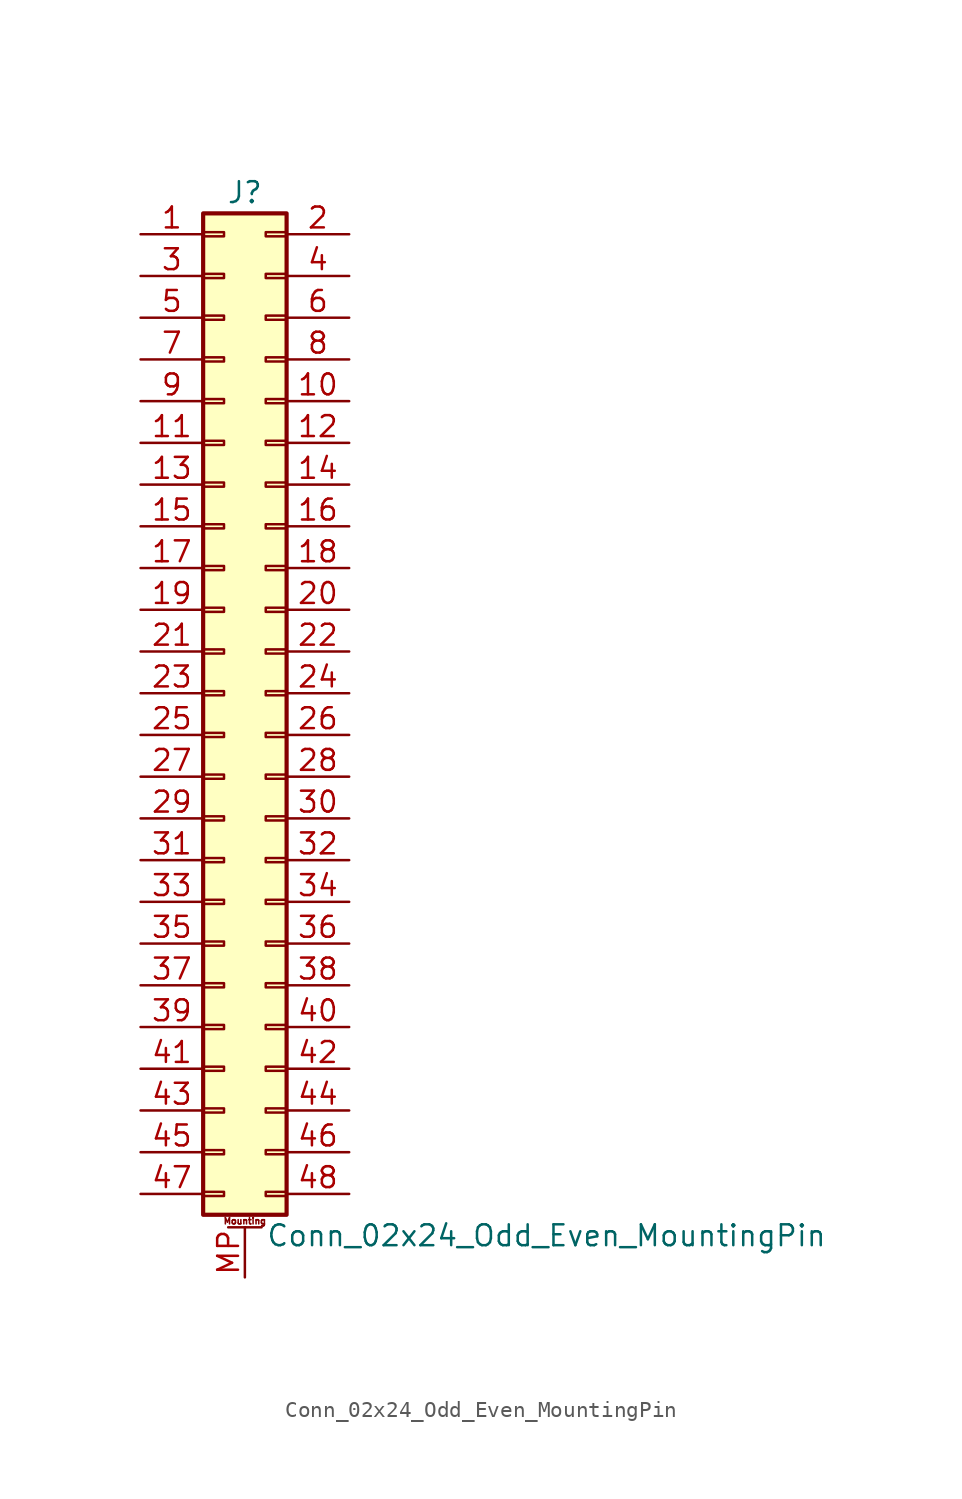
<source format=kicad_sym>
(kicad_symbol_lib
  (version 20201005)
  (generator kicad_symbol_editor)
  (symbol "Connector_Generic_MountingPin:Conn_02x24_Odd_Even_MountingPin"
    (pin_names
      (offset 1.016) hide)
    (property "Reference" "J"
      (at 1.27 30.48 0)
      (effects (font (size 1.27 1.27))))
    (property "Value" "Conn_02x24_Odd_Even_MountingPin"
      (at 2.54 -33.02 0)
      (effects (font (size 1.27 1.27)) (justify left)))
    (symbol "Conn_02x24_Odd_Even_MountingPin_1_1"
      (text "Mounting" (at 1.27 -32.131 0) (effects (font (size 0.381 0.381))))
      (rectangle (start -1.27 -27.813) (end 0 -28.067) (stroke (width 0.152)) (fill (type none)))
      (rectangle (start -1.27 -30.353) (end 0 -30.607) (stroke (width 0.152)) (fill (type none)))
      (rectangle (start -1.27 -4.953) (end 0 -5.207) (stroke (width 0.152)) (fill (type none)))
      (rectangle (start -1.27 -7.493) (end 0 -7.747) (stroke (width 0.152)) (fill (type none)))
      (rectangle (start -1.27 -10.033) (end 0 -10.287) (stroke (width 0.152)) (fill (type none)))
      (rectangle (start -1.27 -12.573) (end 0 -12.827) (stroke (width 0.152)) (fill (type none)))
      (rectangle (start -1.27 -15.113) (end 0 -15.367) (stroke (width 0.152)) (fill (type none)))
      (rectangle (start -1.27 -17.653) (end 0 -17.907) (stroke (width 0.152)) (fill (type none)))
      (rectangle (start -1.27 -20.193) (end 0 -20.447) (stroke (width 0.152)) (fill (type none)))
      (rectangle (start -1.27 -22.733) (end 0 -22.987) (stroke (width 0.152)) (fill (type none)))
      (rectangle (start -1.27 -2.413) (end 0 -2.667) (stroke (width 0.152)) (fill (type none)))
      (rectangle (start -1.27 -25.273) (end 0 -25.527) (stroke (width 0.152)) (fill (type none)))
      (rectangle (start -1.27 25.527) (end 0 25.273) (stroke (width 0.152)) (fill (type none)))
      (rectangle (start -1.27 2.667) (end 0 2.413) (stroke (width 0.152)) (fill (type none)))
      (rectangle (start -1.27 28.067) (end 0 27.813) (stroke (width 0.152)) (fill (type none)))
      (rectangle (start -1.27 29.21) (end 3.81 -31.75) (stroke (width 0.254)) (fill (type background)))
      (rectangle (start -1.27 5.207) (end 0 4.953) (stroke (width 0.152)) (fill (type none)))
      (rectangle (start -1.27 7.747) (end 0 7.493) (stroke (width 0.152)) (fill (type none)))
      (rectangle (start -1.27 10.287) (end 0 10.033) (stroke (width 0.152)) (fill (type none)))
      (rectangle (start -1.27 0.127) (end 0 -0.127) (stroke (width 0.152)) (fill (type none)))
      (rectangle (start -1.27 12.827) (end 0 12.573) (stroke (width 0.152)) (fill (type none)))
      (rectangle (start -1.27 15.367) (end 0 15.113) (stroke (width 0.152)) (fill (type none)))
      (rectangle (start -1.27 17.907) (end 0 17.653) (stroke (width 0.152)) (fill (type none)))
      (rectangle (start -1.27 20.447) (end 0 20.193) (stroke (width 0.152)) (fill (type none)))
      (rectangle (start -1.27 22.987) (end 0 22.733) (stroke (width 0.152)) (fill (type none)))
      (rectangle (start 3.81 -27.813) (end 2.54 -28.067) (stroke (width 0.152)) (fill (type none)))
      (rectangle (start 3.81 -30.353) (end 2.54 -30.607) (stroke (width 0.152)) (fill (type none)))
      (rectangle (start 3.81 -4.953) (end 2.54 -5.207) (stroke (width 0.152)) (fill (type none)))
      (rectangle (start 3.81 -7.493) (end 2.54 -7.747) (stroke (width 0.152)) (fill (type none)))
      (rectangle (start 3.81 -10.033) (end 2.54 -10.287) (stroke (width 0.152)) (fill (type none)))
      (rectangle (start 3.81 -12.573) (end 2.54 -12.827) (stroke (width 0.152)) (fill (type none)))
      (rectangle (start 3.81 -15.113) (end 2.54 -15.367) (stroke (width 0.152)) (fill (type none)))
      (rectangle (start 3.81 -17.653) (end 2.54 -17.907) (stroke (width 0.152)) (fill (type none)))
      (rectangle (start 3.81 -20.193) (end 2.54 -20.447) (stroke (width 0.152)) (fill (type none)))
      (rectangle (start 3.81 -22.733) (end 2.54 -22.987) (stroke (width 0.152)) (fill (type none)))
      (rectangle (start 3.81 -2.413) (end 2.54 -2.667) (stroke (width 0.152)) (fill (type none)))
      (rectangle (start 3.81 -25.273) (end 2.54 -25.527) (stroke (width 0.152)) (fill (type none)))
      (rectangle (start 3.81 25.527) (end 2.54 25.273) (stroke (width 0.152)) (fill (type none)))
      (rectangle (start 3.81 2.667) (end 2.54 2.413) (stroke (width 0.152)) (fill (type none)))
      (rectangle (start 3.81 28.067) (end 2.54 27.813) (stroke (width 0.152)) (fill (type none)))
      (rectangle (start 3.81 5.207) (end 2.54 4.953) (stroke (width 0.152)) (fill (type none)))
      (rectangle (start 3.81 7.747) (end 2.54 7.493) (stroke (width 0.152)) (fill (type none)))
      (rectangle (start 3.81 10.287) (end 2.54 10.033) (stroke (width 0.152)) (fill (type none)))
      (rectangle (start 3.81 0.127) (end 2.54 -0.127) (stroke (width 0.152)) (fill (type none)))
      (rectangle (start 3.81 12.827) (end 2.54 12.573) (stroke (width 0.152)) (fill (type none)))
      (rectangle (start 3.81 15.367) (end 2.54 15.113) (stroke (width 0.152)) (fill (type none)))
      (rectangle (start 3.81 17.907) (end 2.54 17.653) (stroke (width 0.152)) (fill (type none)))
      (rectangle (start 3.81 20.447) (end 2.54 20.193) (stroke (width 0.152)) (fill (type none)))
      (rectangle (start 3.81 22.987) (end 2.54 22.733) (stroke (width 0.152)) (fill (type none)))
      (polyline (pts (xy 0.254 -32.512) (xy 2.286 -32.512)) (stroke (width 0.152)) (fill (type none)))
      (pin passive line (at 1.27 -35.56 90) (length 3.048) (name "MountPin" (effects (font (size 1.27 1.27)))) (number "MP" (effects (font (size 1.27 1.27)))))
      (pin passive line (at -5.08 27.94 0) (length 3.81) (name "Pin_1" (effects (font (size 1.27 1.27)))) (number "1" (effects (font (size 1.27 1.27)))))
      (pin passive line (at 7.62 17.78 180) (length 3.81) (name "Pin_10" (effects (font (size 1.27 1.27)))) (number "10" (effects (font (size 1.27 1.27)))))
      (pin passive line (at -5.08 15.24 0) (length 3.81) (name "Pin_11" (effects (font (size 1.27 1.27)))) (number "11" (effects (font (size 1.27 1.27)))))
      (pin passive line (at 7.62 15.24 180) (length 3.81) (name "Pin_12" (effects (font (size 1.27 1.27)))) (number "12" (effects (font (size 1.27 1.27)))))
      (pin passive line (at -5.08 12.7 0) (length 3.81) (name "Pin_13" (effects (font (size 1.27 1.27)))) (number "13" (effects (font (size 1.27 1.27)))))
      (pin passive line (at 7.62 12.7 180) (length 3.81) (name "Pin_14" (effects (font (size 1.27 1.27)))) (number "14" (effects (font (size 1.27 1.27)))))
      (pin passive line (at -5.08 10.16 0) (length 3.81) (name "Pin_15" (effects (font (size 1.27 1.27)))) (number "15" (effects (font (size 1.27 1.27)))))
      (pin passive line (at 7.62 10.16 180) (length 3.81) (name "Pin_16" (effects (font (size 1.27 1.27)))) (number "16" (effects (font (size 1.27 1.27)))))
      (pin passive line (at -5.08 7.62 0) (length 3.81) (name "Pin_17" (effects (font (size 1.27 1.27)))) (number "17" (effects (font (size 1.27 1.27)))))
      (pin passive line (at 7.62 7.62 180) (length 3.81) (name "Pin_18" (effects (font (size 1.27 1.27)))) (number "18" (effects (font (size 1.27 1.27)))))
      (pin passive line (at -5.08 5.08 0) (length 3.81) (name "Pin_19" (effects (font (size 1.27 1.27)))) (number "19" (effects (font (size 1.27 1.27)))))
      (pin passive line (at 7.62 27.94 180) (length 3.81) (name "Pin_2" (effects (font (size 1.27 1.27)))) (number "2" (effects (font (size 1.27 1.27)))))
      (pin passive line (at 7.62 5.08 180) (length 3.81) (name "Pin_20" (effects (font (size 1.27 1.27)))) (number "20" (effects (font (size 1.27 1.27)))))
      (pin passive line (at -5.08 2.54 0) (length 3.81) (name "Pin_21" (effects (font (size 1.27 1.27)))) (number "21" (effects (font (size 1.27 1.27)))))
      (pin passive line (at 7.62 2.54 180) (length 3.81) (name "Pin_22" (effects (font (size 1.27 1.27)))) (number "22" (effects (font (size 1.27 1.27)))))
      (pin passive line (at -5.08 0 0) (length 3.81) (name "Pin_23" (effects (font (size 1.27 1.27)))) (number "23" (effects (font (size 1.27 1.27)))))
      (pin passive line (at 7.62 0 180) (length 3.81) (name "Pin_24" (effects (font (size 1.27 1.27)))) (number "24" (effects (font (size 1.27 1.27)))))
      (pin passive line (at -5.08 -2.54 0) (length 3.81) (name "Pin_25" (effects (font (size 1.27 1.27)))) (number "25" (effects (font (size 1.27 1.27)))))
      (pin passive line (at 7.62 -2.54 180) (length 3.81) (name "Pin_26" (effects (font (size 1.27 1.27)))) (number "26" (effects (font (size 1.27 1.27)))))
      (pin passive line (at -5.08 -5.08 0) (length 3.81) (name "Pin_27" (effects (font (size 1.27 1.27)))) (number "27" (effects (font (size 1.27 1.27)))))
      (pin passive line (at 7.62 -5.08 180) (length 3.81) (name "Pin_28" (effects (font (size 1.27 1.27)))) (number "28" (effects (font (size 1.27 1.27)))))
      (pin passive line (at -5.08 -7.62 0) (length 3.81) (name "Pin_29" (effects (font (size 1.27 1.27)))) (number "29" (effects (font (size 1.27 1.27)))))
      (pin passive line (at -5.08 25.4 0) (length 3.81) (name "Pin_3" (effects (font (size 1.27 1.27)))) (number "3" (effects (font (size 1.27 1.27)))))
      (pin passive line (at 7.62 -7.62 180) (length 3.81) (name "Pin_30" (effects (font (size 1.27 1.27)))) (number "30" (effects (font (size 1.27 1.27)))))
      (pin passive line (at -5.08 -10.16 0) (length 3.81) (name "Pin_31" (effects (font (size 1.27 1.27)))) (number "31" (effects (font (size 1.27 1.27)))))
      (pin passive line (at 7.62 -10.16 180) (length 3.81) (name "Pin_32" (effects (font (size 1.27 1.27)))) (number "32" (effects (font (size 1.27 1.27)))))
      (pin passive line (at -5.08 -12.7 0) (length 3.81) (name "Pin_33" (effects (font (size 1.27 1.27)))) (number "33" (effects (font (size 1.27 1.27)))))
      (pin passive line (at 7.62 -12.7 180) (length 3.81) (name "Pin_34" (effects (font (size 1.27 1.27)))) (number "34" (effects (font (size 1.27 1.27)))))
      (pin passive line (at -5.08 -15.24 0) (length 3.81) (name "Pin_35" (effects (font (size 1.27 1.27)))) (number "35" (effects (font (size 1.27 1.27)))))
      (pin passive line (at 7.62 -15.24 180) (length 3.81) (name "Pin_36" (effects (font (size 1.27 1.27)))) (number "36" (effects (font (size 1.27 1.27)))))
      (pin passive line (at -5.08 -17.78 0) (length 3.81) (name "Pin_37" (effects (font (size 1.27 1.27)))) (number "37" (effects (font (size 1.27 1.27)))))
      (pin passive line (at 7.62 -17.78 180) (length 3.81) (name "Pin_38" (effects (font (size 1.27 1.27)))) (number "38" (effects (font (size 1.27 1.27)))))
      (pin passive line (at -5.08 -20.32 0) (length 3.81) (name "Pin_39" (effects (font (size 1.27 1.27)))) (number "39" (effects (font (size 1.27 1.27)))))
      (pin passive line (at 7.62 25.4 180) (length 3.81) (name "Pin_4" (effects (font (size 1.27 1.27)))) (number "4" (effects (font (size 1.27 1.27)))))
      (pin passive line (at 7.62 -20.32 180) (length 3.81) (name "Pin_40" (effects (font (size 1.27 1.27)))) (number "40" (effects (font (size 1.27 1.27)))))
      (pin passive line (at -5.08 -22.86 0) (length 3.81) (name "Pin_41" (effects (font (size 1.27 1.27)))) (number "41" (effects (font (size 1.27 1.27)))))
      (pin passive line (at 7.62 -22.86 180) (length 3.81) (name "Pin_42" (effects (font (size 1.27 1.27)))) (number "42" (effects (font (size 1.27 1.27)))))
      (pin passive line (at -5.08 -25.4 0) (length 3.81) (name "Pin_43" (effects (font (size 1.27 1.27)))) (number "43" (effects (font (size 1.27 1.27)))))
      (pin passive line (at 7.62 -25.4 180) (length 3.81) (name "Pin_44" (effects (font (size 1.27 1.27)))) (number "44" (effects (font (size 1.27 1.27)))))
      (pin passive line (at -5.08 -27.94 0) (length 3.81) (name "Pin_45" (effects (font (size 1.27 1.27)))) (number "45" (effects (font (size 1.27 1.27)))))
      (pin passive line (at 7.62 -27.94 180) (length 3.81) (name "Pin_46" (effects (font (size 1.27 1.27)))) (number "46" (effects (font (size 1.27 1.27)))))
      (pin passive line (at -5.08 -30.48 0) (length 3.81) (name "Pin_47" (effects (font (size 1.27 1.27)))) (number "47" (effects (font (size 1.27 1.27)))))
      (pin passive line (at 7.62 -30.48 180) (length 3.81) (name "Pin_48" (effects (font (size 1.27 1.27)))) (number "48" (effects (font (size 1.27 1.27)))))
      (pin passive line (at -5.08 22.86 0) (length 3.81) (name "Pin_5" (effects (font (size 1.27 1.27)))) (number "5" (effects (font (size 1.27 1.27)))))
      (pin passive line (at 7.62 22.86 180) (length 3.81) (name "Pin_6" (effects (font (size 1.27 1.27)))) (number "6" (effects (font (size 1.27 1.27)))))
      (pin passive line (at -5.08 20.32 0) (length 3.81) (name "Pin_7" (effects (font (size 1.27 1.27)))) (number "7" (effects (font (size 1.27 1.27)))))
      (pin passive line (at 7.62 20.32 180) (length 3.81) (name "Pin_8" (effects (font (size 1.27 1.27)))) (number "8" (effects (font (size 1.27 1.27)))))
      (pin passive line (at -5.08 17.78 0) (length 3.81) (name "Pin_9" (effects (font (size 1.27 1.27)))) (number "9" (effects (font (size 1.27 1.27))))))))
</source>
